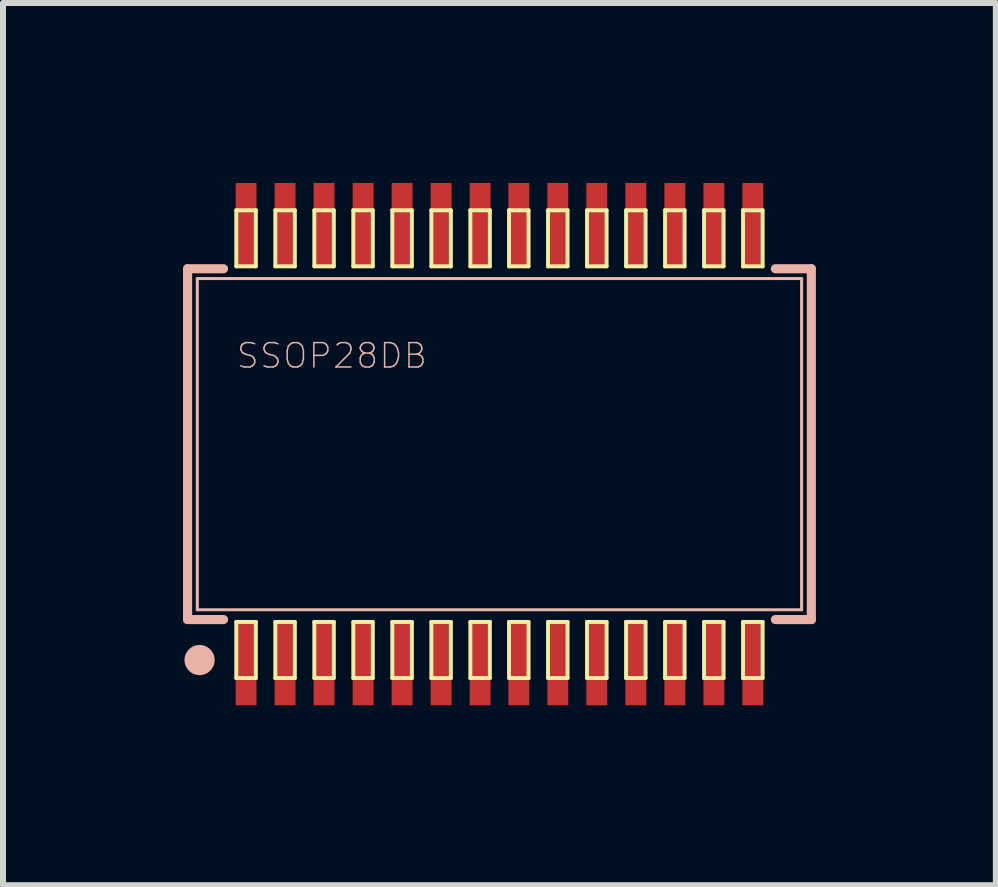
<source format=kicad_pcb>
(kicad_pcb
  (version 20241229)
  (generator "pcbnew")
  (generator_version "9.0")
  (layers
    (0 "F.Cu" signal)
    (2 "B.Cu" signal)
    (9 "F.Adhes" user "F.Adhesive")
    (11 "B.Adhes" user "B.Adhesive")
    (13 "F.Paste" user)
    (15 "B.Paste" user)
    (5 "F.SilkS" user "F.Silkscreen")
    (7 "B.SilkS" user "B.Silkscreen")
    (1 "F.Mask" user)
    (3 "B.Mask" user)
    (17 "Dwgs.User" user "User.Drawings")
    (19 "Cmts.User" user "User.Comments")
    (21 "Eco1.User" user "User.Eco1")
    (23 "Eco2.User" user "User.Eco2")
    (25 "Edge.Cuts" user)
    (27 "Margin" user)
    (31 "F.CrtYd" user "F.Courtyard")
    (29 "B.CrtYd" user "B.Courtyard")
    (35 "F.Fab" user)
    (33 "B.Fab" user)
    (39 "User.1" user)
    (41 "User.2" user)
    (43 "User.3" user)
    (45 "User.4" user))
  (footprint "SSOP28DB"
    (layer "F.Cu")
    (at 5.276 4.354)
    (property "Reference" "SSOP28DB" (at -2.794 -1.473 0) (layer "B.SilkS") (effects (font (size 0.406 0.406) (thickness 0.025))))
    (attr smd)
    (fp_line (start -4.387 -3.899) (end -4.061 -3.899) (stroke (width 0.066) (type solid)) (layer "F.SilkS"))
    (fp_line (start -4.387 -2.964) (end -4.387 -3.899) (stroke (width 0.066) (type solid)) (layer "F.SilkS"))
    (fp_line (start -4.387 -2.964) (end -4.061 -2.964) (stroke (width 0.066) (type solid)) (layer "F.SilkS"))
    (fp_line (start -4.387 2.964) (end -4.061 2.964) (stroke (width 0.066) (type solid)) (layer "F.SilkS"))
    (fp_line (start -4.387 3.899) (end -4.387 2.964) (stroke (width 0.066) (type solid)) (layer "F.SilkS"))
    (fp_line (start -4.387 3.899) (end -4.061 3.899) (stroke (width 0.066) (type solid)) (layer "F.SilkS"))
    (fp_line (start -4.061 -2.964) (end -4.061 -3.899) (stroke (width 0.066) (type solid)) (layer "F.SilkS"))
    (fp_line (start -4.061 3.899) (end -4.061 2.964) (stroke (width 0.066) (type solid)) (layer "F.SilkS"))
    (fp_line (start -3.736 -3.899) (end -3.411 -3.899) (stroke (width 0.066) (type solid)) (layer "F.SilkS"))
    (fp_line (start -3.736 -2.964) (end -3.736 -3.899) (stroke (width 0.066) (type solid)) (layer "F.SilkS"))
    (fp_line (start -3.736 -2.964) (end -3.411 -2.964) (stroke (width 0.066) (type solid)) (layer "F.SilkS"))
    (fp_line (start -3.736 2.964) (end -3.411 2.964) (stroke (width 0.066) (type solid)) (layer "F.SilkS"))
    (fp_line (start -3.736 3.899) (end -3.736 2.964) (stroke (width 0.066) (type solid)) (layer "F.SilkS"))
    (fp_line (start -3.736 3.899) (end -3.411 3.899) (stroke (width 0.066) (type solid)) (layer "F.SilkS"))
    (fp_line (start -3.411 -2.964) (end -3.411 -3.899) (stroke (width 0.066) (type solid)) (layer "F.SilkS"))
    (fp_line (start -3.411 3.899) (end -3.411 2.964) (stroke (width 0.066) (type solid)) (layer "F.SilkS"))
    (fp_line (start -3.086 -3.899) (end -2.761 -3.899) (stroke (width 0.066) (type solid)) (layer "F.SilkS"))
    (fp_line (start -3.086 -2.964) (end -3.086 -3.899) (stroke (width 0.066) (type solid)) (layer "F.SilkS"))
    (fp_line (start -3.086 -2.964) (end -2.761 -2.964) (stroke (width 0.066) (type solid)) (layer "F.SilkS"))
    (fp_line (start -3.086 2.964) (end -2.761 2.964) (stroke (width 0.066) (type solid)) (layer "F.SilkS"))
    (fp_line (start -3.086 3.899) (end -3.086 2.964) (stroke (width 0.066) (type solid)) (layer "F.SilkS"))
    (fp_line (start -3.086 3.899) (end -2.761 3.899) (stroke (width 0.066) (type solid)) (layer "F.SilkS"))
    (fp_line (start -2.761 -2.964) (end -2.761 -3.899) (stroke (width 0.066) (type solid)) (layer "F.SilkS"))
    (fp_line (start -2.761 3.899) (end -2.761 2.964) (stroke (width 0.066) (type solid)) (layer "F.SilkS"))
    (fp_line (start -2.436 -3.899) (end -2.111 -3.899) (stroke (width 0.066) (type solid)) (layer "F.SilkS"))
    (fp_line (start -2.436 -2.964) (end -2.436 -3.899) (stroke (width 0.066) (type solid)) (layer "F.SilkS"))
    (fp_line (start -2.436 -2.964) (end -2.111 -2.964) (stroke (width 0.066) (type solid)) (layer "F.SilkS"))
    (fp_line (start -2.436 2.964) (end -2.111 2.964) (stroke (width 0.066) (type solid)) (layer "F.SilkS"))
    (fp_line (start -2.436 3.899) (end -2.436 2.964) (stroke (width 0.066) (type solid)) (layer "F.SilkS"))
    (fp_line (start -2.436 3.899) (end -2.111 3.899) (stroke (width 0.066) (type solid)) (layer "F.SilkS"))
    (fp_line (start -2.111 -2.964) (end -2.111 -3.899) (stroke (width 0.066) (type solid)) (layer "F.SilkS"))
    (fp_line (start -2.111 3.899) (end -2.111 2.964) (stroke (width 0.066) (type solid)) (layer "F.SilkS"))
    (fp_line (start -1.786 -3.899) (end -1.46 -3.899) (stroke (width 0.066) (type solid)) (layer "F.SilkS"))
    (fp_line (start -1.786 -2.964) (end -1.786 -3.899) (stroke (width 0.066) (type solid)) (layer "F.SilkS"))
    (fp_line (start -1.786 -2.964) (end -1.46 -2.964) (stroke (width 0.066) (type solid)) (layer "F.SilkS"))
    (fp_line (start -1.786 2.964) (end -1.46 2.964) (stroke (width 0.066) (type solid)) (layer "F.SilkS"))
    (fp_line (start -1.786 3.899) (end -1.786 2.964) (stroke (width 0.066) (type solid)) (layer "F.SilkS"))
    (fp_line (start -1.786 3.899) (end -1.46 3.899) (stroke (width 0.066) (type solid)) (layer "F.SilkS"))
    (fp_line (start -1.46 -2.964) (end -1.46 -3.899) (stroke (width 0.066) (type solid)) (layer "F.SilkS"))
    (fp_line (start -1.46 3.899) (end -1.46 2.964) (stroke (width 0.066) (type solid)) (layer "F.SilkS"))
    (fp_line (start -1.135 -3.899) (end -0.81 -3.899) (stroke (width 0.066) (type solid)) (layer "F.SilkS"))
    (fp_line (start -1.135 -2.964) (end -1.135 -3.899) (stroke (width 0.066) (type solid)) (layer "F.SilkS"))
    (fp_line (start -1.135 -2.964) (end -0.81 -2.964) (stroke (width 0.066) (type solid)) (layer "F.SilkS"))
    (fp_line (start -1.135 2.964) (end -0.81 2.964) (stroke (width 0.066) (type solid)) (layer "F.SilkS"))
    (fp_line (start -1.135 3.899) (end -1.135 2.964) (stroke (width 0.066) (type solid)) (layer "F.SilkS"))
    (fp_line (start -1.135 3.899) (end -0.81 3.899) (stroke (width 0.066) (type solid)) (layer "F.SilkS"))
    (fp_line (start -0.81 -2.964) (end -0.81 -3.899) (stroke (width 0.066) (type solid)) (layer "F.SilkS"))
    (fp_line (start -0.81 3.899) (end -0.81 2.964) (stroke (width 0.066) (type solid)) (layer "F.SilkS"))
    (fp_line (start -0.485 -3.899) (end -0.16 -3.899) (stroke (width 0.066) (type solid)) (layer "F.SilkS"))
    (fp_line (start -0.485 -2.964) (end -0.485 -3.899) (stroke (width 0.066) (type solid)) (layer "F.SilkS"))
    (fp_line (start -0.485 -2.964) (end -0.16 -2.964) (stroke (width 0.066) (type solid)) (layer "F.SilkS"))
    (fp_line (start -0.485 2.964) (end -0.16 2.964) (stroke (width 0.066) (type solid)) (layer "F.SilkS"))
    (fp_line (start -0.485 3.899) (end -0.485 2.964) (stroke (width 0.066) (type solid)) (layer "F.SilkS"))
    (fp_line (start -0.485 3.899) (end -0.16 3.899) (stroke (width 0.066) (type solid)) (layer "F.SilkS"))
    (fp_line (start -0.16 -2.964) (end -0.16 -3.899) (stroke (width 0.066) (type solid)) (layer "F.SilkS"))
    (fp_line (start -0.16 3.899) (end -0.16 2.964) (stroke (width 0.066) (type solid)) (layer "F.SilkS"))
    (fp_line (start 0.16 -3.899) (end 0.485 -3.899) (stroke (width 0.066) (type solid)) (layer "F.SilkS"))
    (fp_line (start 0.16 -2.964) (end 0.16 -3.899) (stroke (width 0.066) (type solid)) (layer "F.SilkS"))
    (fp_line (start 0.16 -2.964) (end 0.485 -2.964) (stroke (width 0.066) (type solid)) (layer "F.SilkS"))
    (fp_line (start 0.16 2.964) (end 0.485 2.964) (stroke (width 0.066) (type solid)) (layer "F.SilkS"))
    (fp_line (start 0.16 3.899) (end 0.16 2.964) (stroke (width 0.066) (type solid)) (layer "F.SilkS"))
    (fp_line (start 0.16 3.899) (end 0.485 3.899) (stroke (width 0.066) (type solid)) (layer "F.SilkS"))
    (fp_line (start 0.485 -2.964) (end 0.485 -3.899) (stroke (width 0.066) (type solid)) (layer "F.SilkS"))
    (fp_line (start 0.485 3.899) (end 0.485 2.964) (stroke (width 0.066) (type solid)) (layer "F.SilkS"))
    (fp_line (start 0.81 -3.899) (end 1.135 -3.899) (stroke (width 0.066) (type solid)) (layer "F.SilkS"))
    (fp_line (start 0.81 -2.964) (end 0.81 -3.899) (stroke (width 0.066) (type solid)) (layer "F.SilkS"))
    (fp_line (start 0.81 -2.964) (end 1.135 -2.964) (stroke (width 0.066) (type solid)) (layer "F.SilkS"))
    (fp_line (start 0.81 2.964) (end 1.135 2.964) (stroke (width 0.066) (type solid)) (layer "F.SilkS"))
    (fp_line (start 0.81 3.899) (end 0.81 2.964) (stroke (width 0.066) (type solid)) (layer "F.SilkS"))
    (fp_line (start 0.81 3.899) (end 1.135 3.899) (stroke (width 0.066) (type solid)) (layer "F.SilkS"))
    (fp_line (start 1.135 -2.964) (end 1.135 -3.899) (stroke (width 0.066) (type solid)) (layer "F.SilkS"))
    (fp_line (start 1.135 3.899) (end 1.135 2.964) (stroke (width 0.066) (type solid)) (layer "F.SilkS"))
    (fp_line (start 1.46 -3.899) (end 1.786 -3.899) (stroke (width 0.066) (type solid)) (layer "F.SilkS"))
    (fp_line (start 1.46 -2.964) (end 1.46 -3.899) (stroke (width 0.066) (type solid)) (layer "F.SilkS"))
    (fp_line (start 1.46 -2.964) (end 1.786 -2.964) (stroke (width 0.066) (type solid)) (layer "F.SilkS"))
    (fp_line (start 1.46 2.964) (end 1.786 2.964) (stroke (width 0.066) (type solid)) (layer "F.SilkS"))
    (fp_line (start 1.46 3.899) (end 1.46 2.964) (stroke (width 0.066) (type solid)) (layer "F.SilkS"))
    (fp_line (start 1.46 3.899) (end 1.786 3.899) (stroke (width 0.066) (type solid)) (layer "F.SilkS"))
    (fp_line (start 1.786 -2.964) (end 1.786 -3.899) (stroke (width 0.066) (type solid)) (layer "F.SilkS"))
    (fp_line (start 1.786 3.899) (end 1.786 2.964) (stroke (width 0.066) (type solid)) (layer "F.SilkS"))
    (fp_line (start 2.111 -3.899) (end 2.436 -3.899) (stroke (width 0.066) (type solid)) (layer "F.SilkS"))
    (fp_line (start 2.111 -2.964) (end 2.111 -3.899) (stroke (width 0.066) (type solid)) (layer "F.SilkS"))
    (fp_line (start 2.111 -2.964) (end 2.436 -2.964) (stroke (width 0.066) (type solid)) (layer "F.SilkS"))
    (fp_line (start 2.111 2.964) (end 2.436 2.964) (stroke (width 0.066) (type solid)) (layer "F.SilkS"))
    (fp_line (start 2.111 3.899) (end 2.111 2.964) (stroke (width 0.066) (type solid)) (layer "F.SilkS"))
    (fp_line (start 2.111 3.899) (end 2.436 3.899) (stroke (width 0.066) (type solid)) (layer "F.SilkS"))
    (fp_line (start 2.436 -2.964) (end 2.436 -3.899) (stroke (width 0.066) (type solid)) (layer "F.SilkS"))
    (fp_line (start 2.436 3.899) (end 2.436 2.964) (stroke (width 0.066) (type solid)) (layer "F.SilkS"))
    (fp_line (start 2.761 -3.899) (end 3.086 -3.899) (stroke (width 0.066) (type solid)) (layer "F.SilkS"))
    (fp_line (start 2.761 -2.964) (end 2.761 -3.899) (stroke (width 0.066) (type solid)) (layer "F.SilkS"))
    (fp_line (start 2.761 -2.964) (end 3.086 -2.964) (stroke (width 0.066) (type solid)) (layer "F.SilkS"))
    (fp_line (start 2.761 2.964) (end 3.086 2.964) (stroke (width 0.066) (type solid)) (layer "F.SilkS"))
    (fp_line (start 2.761 3.899) (end 2.761 2.964) (stroke (width 0.066) (type solid)) (layer "F.SilkS"))
    (fp_line (start 2.761 3.899) (end 3.086 3.899) (stroke (width 0.066) (type solid)) (layer "F.SilkS"))
    (fp_line (start 3.086 -2.964) (end 3.086 -3.899) (stroke (width 0.066) (type solid)) (layer "F.SilkS"))
    (fp_line (start 3.086 3.899) (end 3.086 2.964) (stroke (width 0.066) (type solid)) (layer "F.SilkS"))
    (fp_line (start 3.411 -3.899) (end 3.736 -3.899) (stroke (width 0.066) (type solid)) (layer "F.SilkS"))
    (fp_line (start 3.411 -2.964) (end 3.411 -3.899) (stroke (width 0.066) (type solid)) (layer "F.SilkS"))
    (fp_line (start 3.411 -2.964) (end 3.736 -2.964) (stroke (width 0.066) (type solid)) (layer "F.SilkS"))
    (fp_line (start 3.411 2.964) (end 3.736 2.964) (stroke (width 0.066) (type solid)) (layer "F.SilkS"))
    (fp_line (start 3.411 3.899) (end 3.411 2.964) (stroke (width 0.066) (type solid)) (layer "F.SilkS"))
    (fp_line (start 3.411 3.899) (end 3.736 3.899) (stroke (width 0.066) (type solid)) (layer "F.SilkS"))
    (fp_line (start 3.736 -2.964) (end 3.736 -3.899) (stroke (width 0.066) (type solid)) (layer "F.SilkS"))
    (fp_line (start 3.736 3.899) (end 3.736 2.964) (stroke (width 0.066) (type solid)) (layer "F.SilkS"))
    (fp_line (start 4.061 -3.899) (end 4.387 -3.899) (stroke (width 0.066) (type solid)) (layer "F.SilkS"))
    (fp_line (start 4.061 -2.964) (end 4.061 -3.899) (stroke (width 0.066) (type solid)) (layer "F.SilkS"))
    (fp_line (start 4.061 -2.964) (end 4.387 -2.964) (stroke (width 0.066) (type solid)) (layer "F.SilkS"))
    (fp_line (start 4.061 2.964) (end 4.387 2.964) (stroke (width 0.066) (type solid)) (layer "F.SilkS"))
    (fp_line (start 4.061 3.899) (end 4.061 2.964) (stroke (width 0.066) (type solid)) (layer "F.SilkS"))
    (fp_line (start 4.061 3.899) (end 4.387 3.899) (stroke (width 0.066) (type solid)) (layer "F.SilkS"))
    (fp_line (start 4.387 -2.964) (end 4.387 -3.899) (stroke (width 0.066) (type solid)) (layer "F.SilkS"))
    (fp_line (start 4.387 3.899) (end 4.387 2.964) (stroke (width 0.066) (type solid)) (layer "F.SilkS"))
    (fp_line (start -5.199 -2.924) (end -4.6 -2.924) (stroke (width 0.152) (type solid)) (layer "B.SilkS"))
    (fp_line (start -5.199 2.924) (end -5.199 -2.924) (stroke (width 0.152) (type solid)) (layer "B.SilkS"))
    (fp_line (start -5.199 2.924) (end -4.6 2.924) (stroke (width 0.152) (type solid)) (layer "B.SilkS"))
    (fp_line (start -5.037 -2.761) (end 5.037 -2.761) (stroke (width 0.051) (type solid)) (layer "B.SilkS"))
    (fp_line (start -5.037 2.761) (end -5.037 -2.761) (stroke (width 0.051) (type solid)) (layer "B.SilkS"))
    (fp_line (start 5.037 -2.761) (end 5.037 2.761) (stroke (width 0.051) (type solid)) (layer "B.SilkS"))
    (fp_line (start 5.037 2.761) (end -5.037 2.761) (stroke (width 0.051) (type solid)) (layer "B.SilkS"))
    (fp_line (start 5.199 -2.924) (end 4.6 -2.924) (stroke (width 0.152) (type solid)) (layer "B.SilkS"))
    (fp_line (start 5.199 -2.924) (end 5.199 2.924) (stroke (width 0.152) (type solid)) (layer "B.SilkS"))
    (fp_line (start 5.199 2.924) (end 4.6 2.924) (stroke (width 0.152) (type solid)) (layer "B.SilkS"))
    (fp_circle (center -4.999 3.599) (end -5.177 3.777) (stroke (width 0) (type solid)) (fill yes) (layer "B.SilkS"))
    (pad "1" smd rect (at -4.224 3.655) (size 0.348 1.397) (layers "F.Cu" "F.Mask" "F.Paste"))
    (pad "2" smd rect (at -3.574 3.655) (size 0.348 1.397) (layers "F.Cu" "F.Mask" "F.Paste"))
    (pad "3" smd rect (at -2.924 3.655) (size 0.348 1.397) (layers "F.Cu" "F.Mask" "F.Paste"))
    (pad "4" smd rect (at -2.273 3.655) (size 0.348 1.397) (layers "F.Cu" "F.Mask" "F.Paste"))
    (pad "5" smd rect (at -1.623 3.655) (size 0.348 1.397) (layers "F.Cu" "F.Mask" "F.Paste"))
    (pad "6" smd rect (at -0.973 3.655) (size 0.348 1.397) (layers "F.Cu" "F.Mask" "F.Paste"))
    (pad "7" smd rect (at -0.323 3.655) (size 0.348 1.397) (layers "F.Cu" "F.Mask" "F.Paste"))
    (pad "8" smd rect (at 0.323 3.655) (size 0.348 1.397) (layers "F.Cu" "F.Mask" "F.Paste"))
    (pad "9" smd rect (at 0.973 3.655) (size 0.348 1.397) (layers "F.Cu" "F.Mask" "F.Paste"))
    (pad "10" smd rect (at 1.623 3.655) (size 0.348 1.397) (layers "F.Cu" "F.Mask" "F.Paste"))
    (pad "11" smd rect (at 2.273 3.655) (size 0.348 1.397) (layers "F.Cu" "F.Mask" "F.Paste"))
    (pad "12" smd rect (at 2.924 3.655) (size 0.348 1.397) (layers "F.Cu" "F.Mask" "F.Paste"))
    (pad "13" smd rect (at 3.574 3.655) (size 0.348 1.397) (layers "F.Cu" "F.Mask" "F.Paste"))
    (pad "14" smd rect (at 4.224 3.655) (size 0.348 1.397) (layers "F.Cu" "F.Mask" "F.Paste"))
    (pad "15" smd rect (at 4.224 -3.655) (size 0.348 1.397) (layers "F.Cu" "F.Mask" "F.Paste"))
    (pad "16" smd rect (at 3.574 -3.655) (size 0.348 1.397) (layers "F.Cu" "F.Mask" "F.Paste"))
    (pad "17" smd rect (at 2.924 -3.655) (size 0.348 1.397) (layers "F.Cu" "F.Mask" "F.Paste"))
    (pad "18" smd rect (at 2.273 -3.655) (size 0.348 1.397) (layers "F.Cu" "F.Mask" "F.Paste"))
    (pad "19" smd rect (at 1.623 -3.655) (size 0.348 1.397) (layers "F.Cu" "F.Mask" "F.Paste"))
    (pad "20" smd rect (at 0.973 -3.655) (size 0.348 1.397) (layers "F.Cu" "F.Mask" "F.Paste"))
    (pad "21" smd rect (at 0.323 -3.655) (size 0.348 1.397) (layers "F.Cu" "F.Mask" "F.Paste"))
    (pad "22" smd rect (at -0.323 -3.655) (size 0.348 1.397) (layers "F.Cu" "F.Mask" "F.Paste"))
    (pad "23" smd rect (at -0.973 -3.655) (size 0.348 1.397) (layers "F.Cu" "F.Mask" "F.Paste"))
    (pad "24" smd rect (at -1.623 -3.655) (size 0.348 1.397) (layers "F.Cu" "F.Mask" "F.Paste"))
    (pad "25" smd rect (at -2.273 -3.655) (size 0.348 1.397) (layers "F.Cu" "F.Mask" "F.Paste"))
    (pad "26" smd rect (at -2.924 -3.655) (size 0.348 1.397) (layers "F.Cu" "F.Mask" "F.Paste"))
    (pad "27" smd rect (at -3.574 -3.655) (size 0.348 1.397) (layers "F.Cu" "F.Mask" "F.Paste"))
    (pad "28" smd rect (at -4.224 -3.655) (size 0.348 1.397) (layers "F.Cu" "F.Mask" "F.Paste")))
  (gr_rect
    (start -3 -3)
    (end 13.551 11.707)
    (stroke (width 0.1) (type default))
    (fill no)
    (layer "Edge.Cuts")))
</source>
